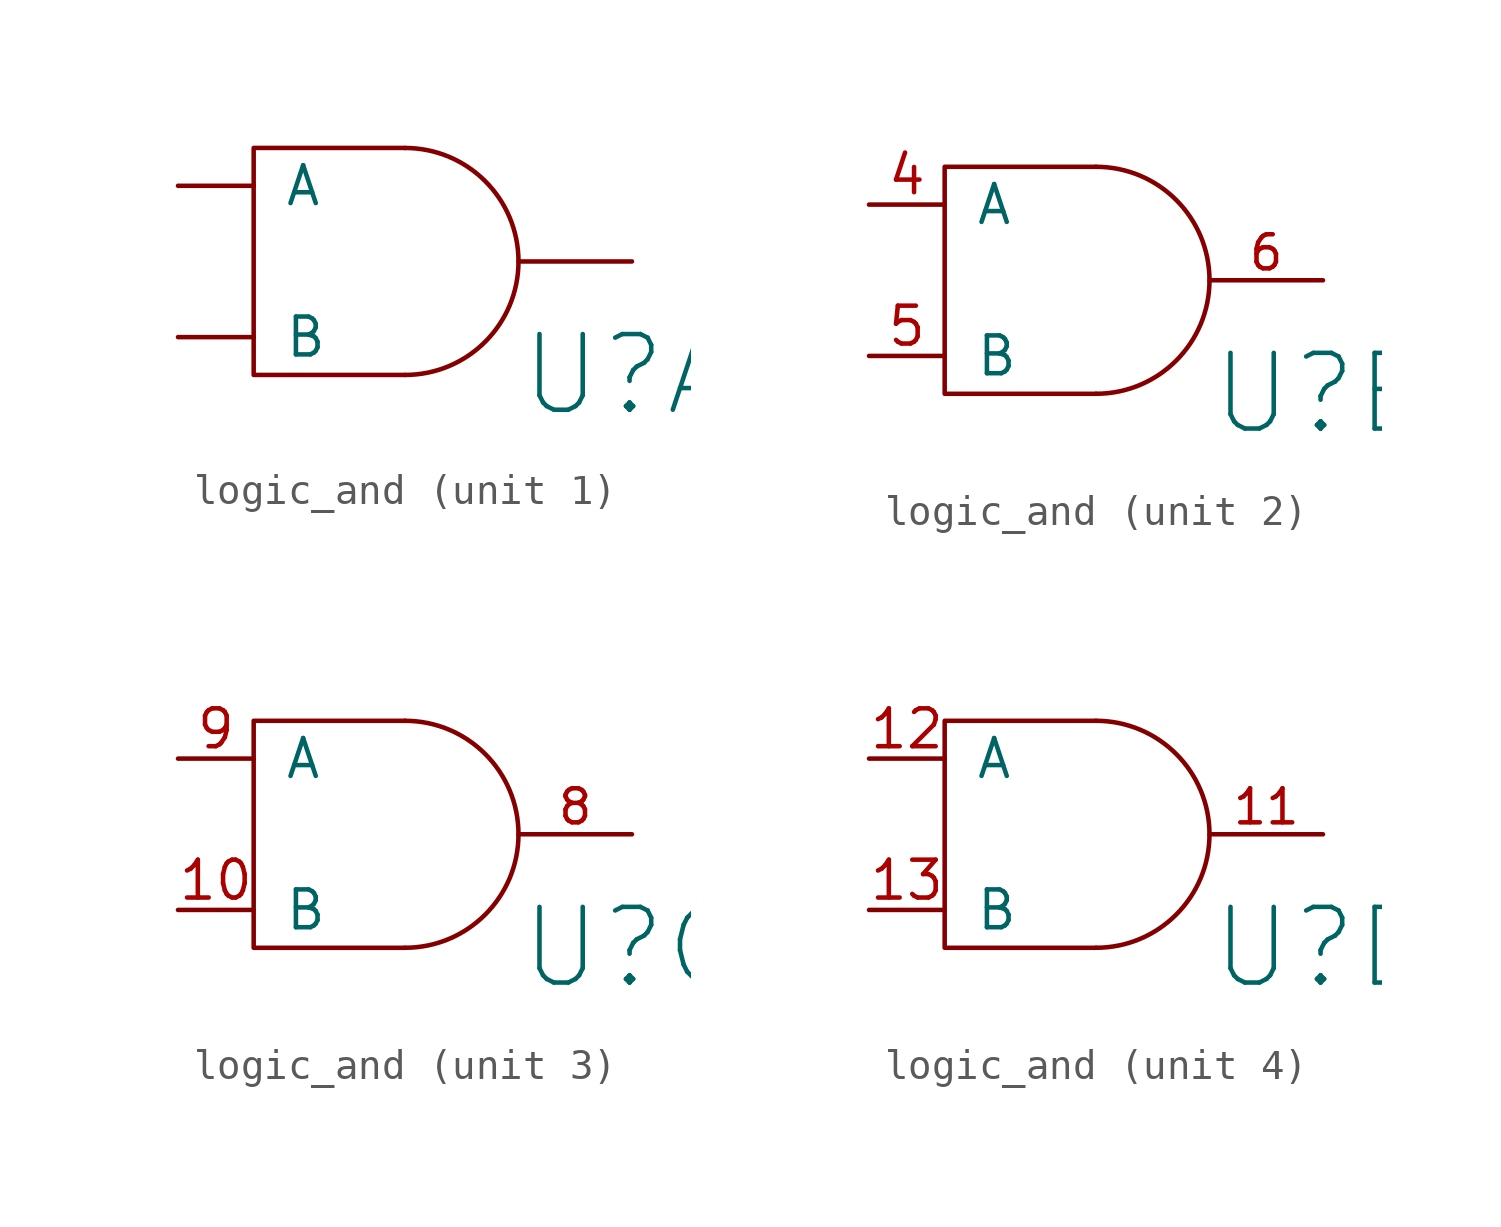
<source format=kicad_sym>
(kicad_symbol_lib
  (version 20220914)
  (generator kicad_symbol_editor)
  (symbol "logic_and"
    (pin_names
      (offset 1.016))
    (property "Reference" "U"
      (at 11.43 -6.35 0)
      (effects (font (size 2.54 2.54)) (justify left)))
    (symbol "logic_and_0_1"
      (polyline (pts (xy 7.62 1.27) (xy 2.54 1.27) (xy 2.54 -6.35) (xy 7.62 -6.35)) (stroke (width 0) (type default)) (fill (type none)))
      (arc (start 7.62 -6.35) (mid 11.4134 -2.54) (end 7.62 1.27) (stroke (width 0) (type default)) (fill (type none))))
    (symbol "logic_and_1_1"
      (pin output line (at 15.24 -2.54 180) (length 3.81) (name "" (effects (font (size 1.27 1.27)))) (number "" (effects (font (size 1.143 1.143)))))
      (pin input line (at 0 0 0) (length 2.54) (name "A" (effects (font (size 1.27 1.27)))) (number "" (effects (font (size 1.27 1.27)))))
      (pin input line (at 0 -5.08 0) (length 2.54) (name "B" (effects (font (size 1.27 1.27)))) (number "" (effects (font (size 1.27 1.27))))))
    (symbol "logic_and_2_1"
      (pin input line (at 0 0 0) (length 2.54) (name "A" (effects (font (size 1.27 1.27)))) (number "4" (effects (font (size 1.27 1.27)))))
      (pin input line (at 0 -5.08 0) (length 2.54) (name "B" (effects (font (size 1.27 1.27)))) (number "5" (effects (font (size 1.27 1.27)))))
      (pin output line (at 15.24 -2.54 180) (length 3.81) (name "" (effects (font (size 1.27 1.27)))) (number "6" (effects (font (size 1.143 1.143))))))
    (symbol "logic_and_3_1"
      (pin input line (at 0 -5.08 0) (length 2.54) (name "B" (effects (font (size 1.27 1.27)))) (number "10" (effects (font (size 1.27 1.27)))))
      (pin output line (at 15.24 -2.54 180) (length 3.81) (name "" (effects (font (size 1.27 1.27)))) (number "8" (effects (font (size 1.143 1.143)))))
      (pin input line (at 0 0 0) (length 2.54) (name "A" (effects (font (size 1.27 1.27)))) (number "9" (effects (font (size 1.27 1.27))))))
    (symbol "logic_and_4_1"
      (pin output line (at 15.24 -2.54 180) (length 3.81) (name "" (effects (font (size 1.27 1.27)))) (number "11" (effects (font (size 1.143 1.143)))))
      (pin input line (at 0 0 0) (length 2.54) (name "A" (effects (font (size 1.27 1.27)))) (number "12" (effects (font (size 1.27 1.27)))))
      (pin input line (at 0 -5.08 0) (length 2.54) (name "B" (effects (font (size 1.27 1.27)))) (number "13" (effects (font (size 1.27 1.27))))))))
</source>
